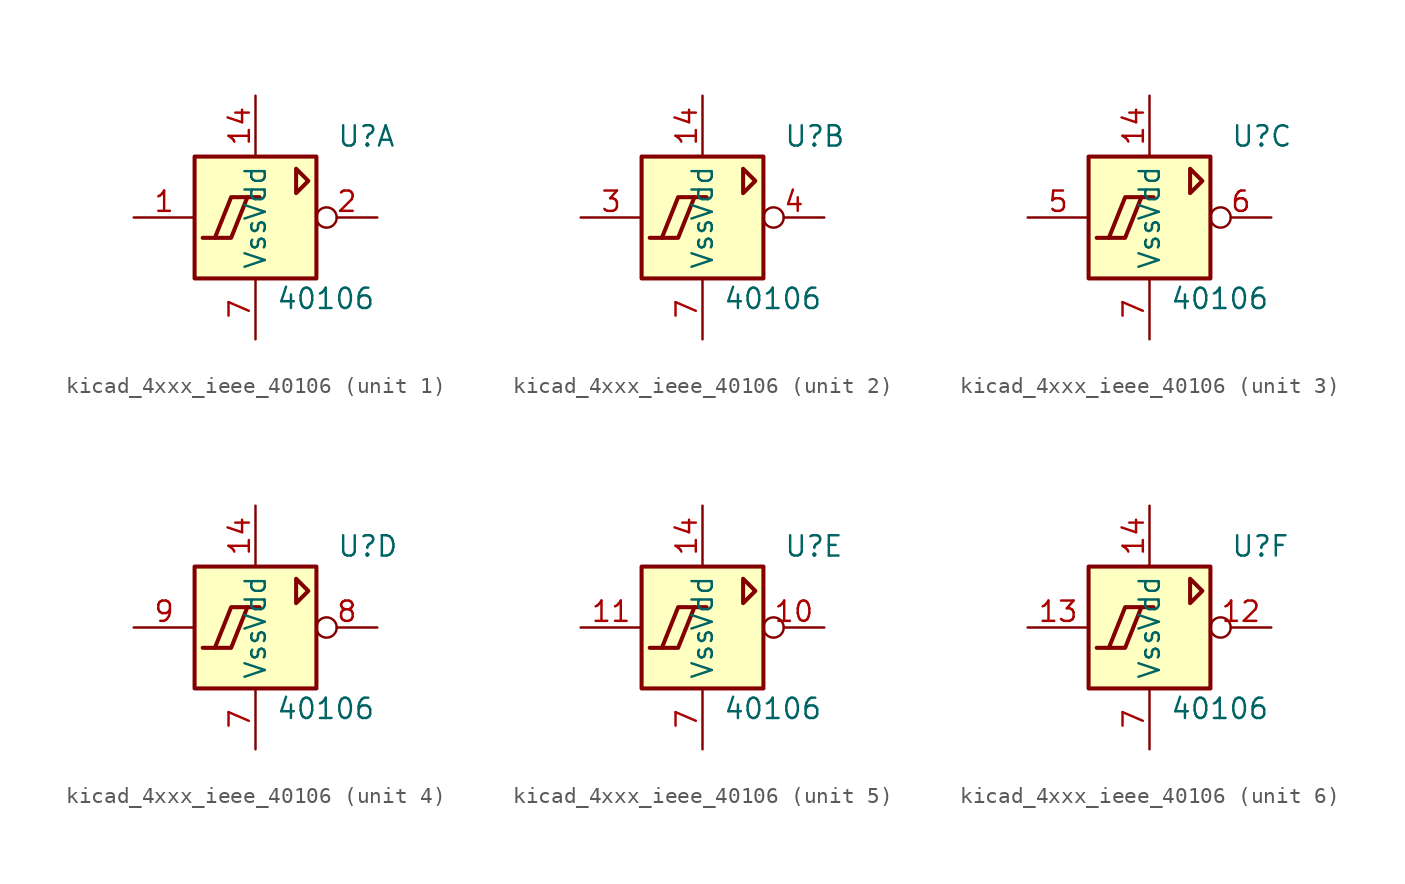
<source format=kicad_sym>
(kicad_symbol_lib
  (version 20220914)
  (generator kicad_symbol_editor)
  (symbol "kicad_4xxx_ieee_40106"
    (property "Reference" "U"
      (at 5.08 5.08 0)
      (effects (font (size 1.27 1.27)) (justify left)))
    (property "Value" "40106"
      (at 1.27 -5.08 0)
      (effects (font (size 1.27 1.27)) (justify left)))
    (symbol "kicad_4xxx_ieee_40106_0_0"
      (rectangle (start -3.81 3.81) (end 3.81 -3.81) (stroke (width 0.254) (type default)) (fill (type background)))
      (polyline (pts (xy -0.508 1.27) (xy -1.524 -1.27) (xy -2.54 -1.27) (xy -2.54 -1.27)) (stroke (width 0.254) (type default)) (fill (type background)))
      (polyline (pts (xy 0.254 1.27) (xy -1.524 1.27) (xy -2.54 -1.27) (xy -3.302 -1.27) (xy -3.302 -1.27)) (stroke (width 0.254) (type default)) (fill (type background)))
      (polyline (pts (xy 2.54 3.048) (xy 2.54 1.524) (xy 3.302 2.286) (xy 2.54 3.048) (xy 2.54 3.048)) (stroke (width 0.254) (type default)) (fill (type background))))
    (symbol "kicad_4xxx_ieee_40106_0_1"
      (pin power_in line (at 0 7.62 270) (length 3.81) (name "Vdd" (effects (font (size 1.27 1.27)))) (number "14" (effects (font (size 1.27 1.27)))))
      (pin power_in line (at 0 -7.62 90) (length 3.81) (name "Vss" (effects (font (size 1.27 1.27)))) (number "7" (effects (font (size 1.27 1.27))))))
    (symbol "kicad_4xxx_ieee_40106_1_1"
      (pin input line (at -7.62 0 0) (length 3.81) (name "~" (effects (font (size 1.27 1.27)))) (number "1" (effects (font (size 1.27 1.27)))))
      (pin output inverted (at 7.62 0 180) (length 3.81) (name "~" (effects (font (size 1.27 1.27)))) (number "2" (effects (font (size 1.27 1.27))))))
    (symbol "kicad_4xxx_ieee_40106_2_1"
      (pin input line (at -7.62 0 0) (length 3.81) (name "~" (effects (font (size 1.27 1.27)))) (number "3" (effects (font (size 1.27 1.27)))))
      (pin output inverted (at 7.62 0 180) (length 3.81) (name "~" (effects (font (size 1.27 1.27)))) (number "4" (effects (font (size 1.27 1.27))))))
    (symbol "kicad_4xxx_ieee_40106_3_1"
      (pin input line (at -7.62 0 0) (length 3.81) (name "~" (effects (font (size 1.27 1.27)))) (number "5" (effects (font (size 1.27 1.27)))))
      (pin output inverted (at 7.62 0 180) (length 3.81) (name "~" (effects (font (size 1.27 1.27)))) (number "6" (effects (font (size 1.27 1.27))))))
    (symbol "kicad_4xxx_ieee_40106_4_1"
      (pin output inverted (at 7.62 0 180) (length 3.81) (name "~" (effects (font (size 1.27 1.27)))) (number "8" (effects (font (size 1.27 1.27)))))
      (pin input line (at -7.62 0 0) (length 3.81) (name "~" (effects (font (size 1.27 1.27)))) (number "9" (effects (font (size 1.27 1.27))))))
    (symbol "kicad_4xxx_ieee_40106_5_1"
      (pin output inverted (at 7.62 0 180) (length 3.81) (name "~" (effects (font (size 1.27 1.27)))) (number "10" (effects (font (size 1.27 1.27)))))
      (pin input line (at -7.62 0 0) (length 3.81) (name "~" (effects (font (size 1.27 1.27)))) (number "11" (effects (font (size 1.27 1.27))))))
    (symbol "kicad_4xxx_ieee_40106_6_1"
      (pin output inverted (at 7.62 0 180) (length 3.81) (name "~" (effects (font (size 1.27 1.27)))) (number "12" (effects (font (size 1.27 1.27)))))
      (pin input line (at -7.62 0 0) (length 3.81) (name "~" (effects (font (size 1.27 1.27)))) (number "13" (effects (font (size 1.27 1.27))))))))
</source>
